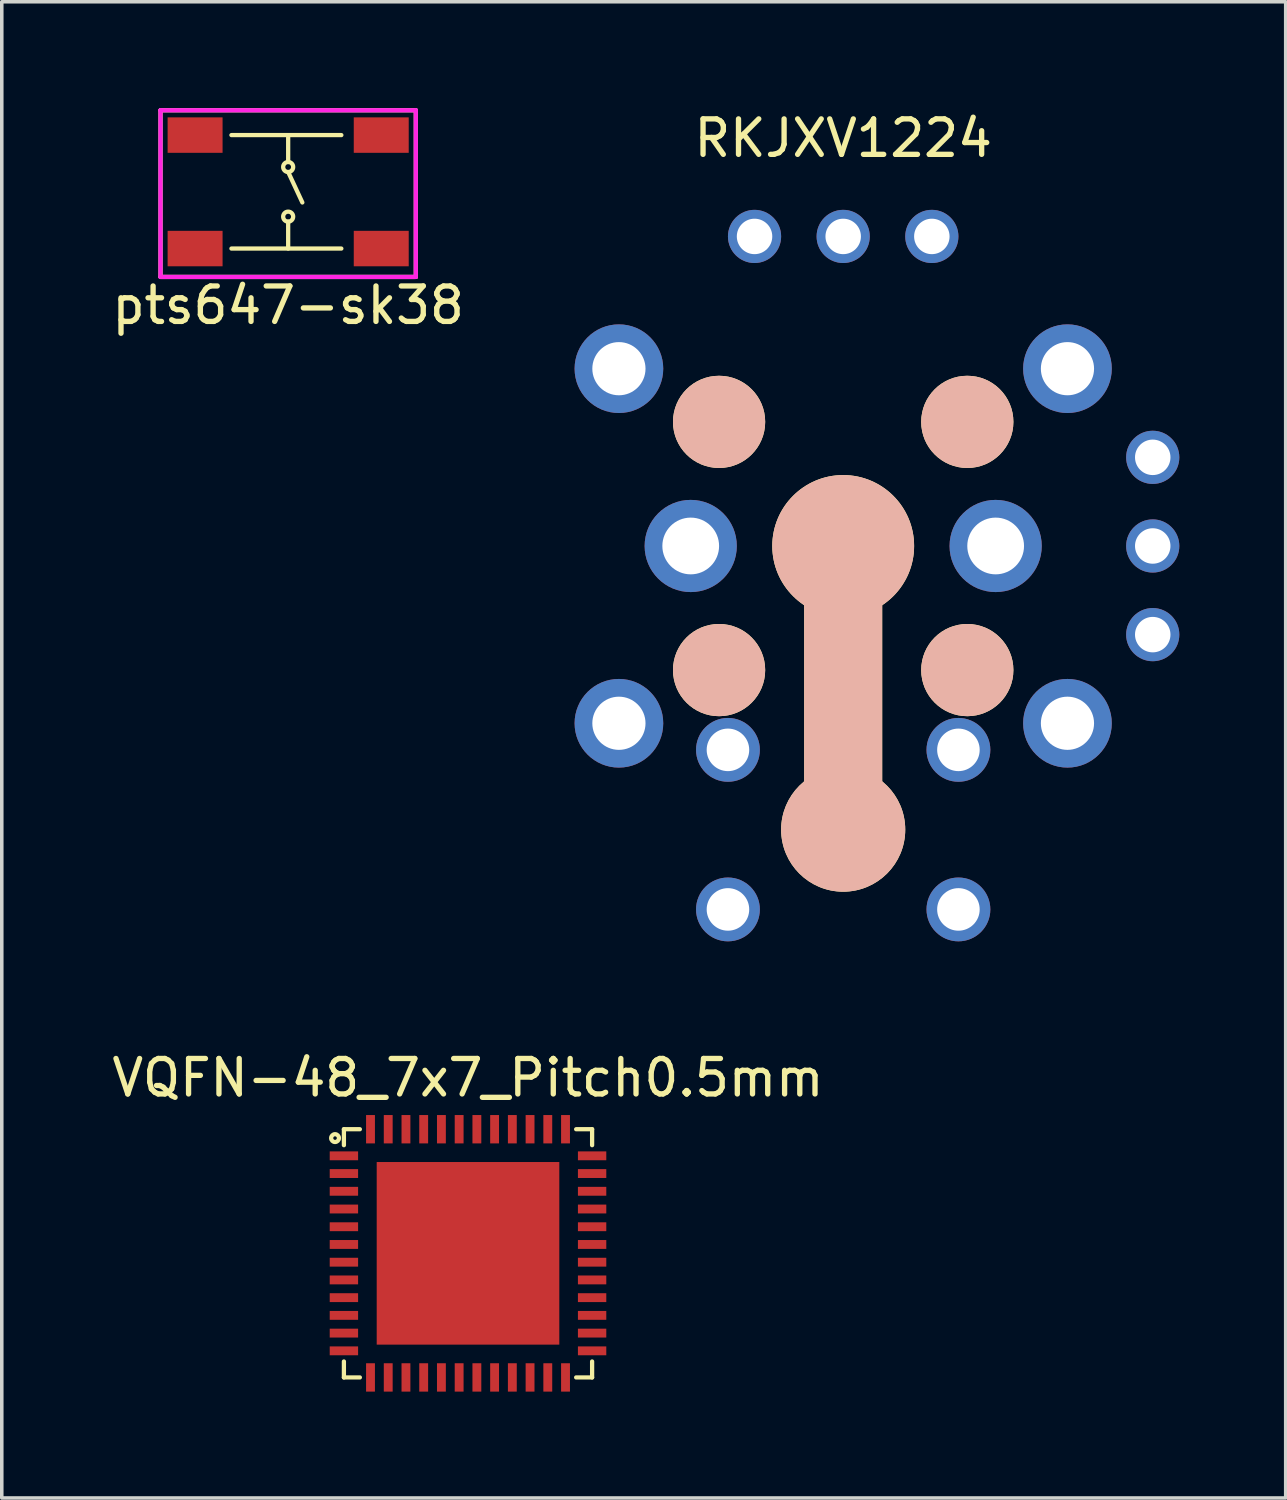
<source format=kicad_pcb>
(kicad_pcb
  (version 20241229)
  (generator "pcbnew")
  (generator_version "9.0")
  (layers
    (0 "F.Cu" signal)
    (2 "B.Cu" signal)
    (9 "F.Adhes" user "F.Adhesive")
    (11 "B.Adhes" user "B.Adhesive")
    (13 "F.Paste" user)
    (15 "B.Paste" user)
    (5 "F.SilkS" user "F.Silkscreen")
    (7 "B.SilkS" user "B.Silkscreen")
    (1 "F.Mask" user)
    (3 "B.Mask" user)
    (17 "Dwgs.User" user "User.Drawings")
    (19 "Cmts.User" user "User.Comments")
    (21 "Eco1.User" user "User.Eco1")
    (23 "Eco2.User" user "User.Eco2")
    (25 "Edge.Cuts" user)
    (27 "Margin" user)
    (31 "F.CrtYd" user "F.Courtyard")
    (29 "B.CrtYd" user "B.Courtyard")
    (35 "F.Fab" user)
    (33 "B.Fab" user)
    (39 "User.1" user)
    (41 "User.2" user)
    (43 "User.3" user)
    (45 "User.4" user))
  (footprint "pts647-sk38"
    (layer "F.Cu")
    (at 5.077 2.36)
    (property "Reference" "pts647-sk38" (at 0 3.2 0) (layer "F.SilkS") (effects (font (size 1 1) (thickness 0.15))))
    (attr smd)
    (fp_line (start -3.6 -2.3) (end -3.6 2.4) (stroke (width 0.12) (type solid)) (layer "F.SilkS"))
    (fp_line (start -3.6 2.4) (end 3.6 2.4) (stroke (width 0.12) (type solid)) (layer "F.SilkS"))
    (fp_line (start -1.6 -1.6) (end 1.5 -1.6) (stroke (width 0.12) (type solid)) (layer "F.SilkS"))
    (fp_line (start -1.6 1.6) (end 1.5 1.6) (stroke (width 0.12) (type solid)) (layer "F.SilkS"))
    (fp_line (start 0 -1.6) (end 0 -0.841) (stroke (width 0.12) (type solid)) (layer "F.SilkS"))
    (fp_line (start 0 -0.559) (end 0.4 0.3) (stroke (width 0.12) (type solid)) (layer "F.SilkS"))
    (fp_line (start 0 1.6) (end 0 0.841) (stroke (width 0.12) (type solid)) (layer "F.SilkS"))
    (fp_line (start 3.6 -2.3) (end -3.6 -2.3) (stroke (width 0.12) (type solid)) (layer "F.SilkS"))
    (fp_line (start 3.6 2.4) (end 3.6 -2.3) (stroke (width 0.12) (type solid)) (layer "F.SilkS"))
    (fp_circle (center 0 -0.7) (end 0.1 -0.8) (stroke (width 0.12) (type solid)) (fill no) (layer "F.SilkS"))
    (fp_circle (center 0 0.7) (end 0.1 0.8) (stroke (width 0.12) (type solid)) (fill no) (layer "F.SilkS"))
    (fp_line (start -3.6 -2.3) (end 3.6 -2.3) (stroke (width 0.12) (type solid)) (layer "F.CrtYd"))
    (fp_line (start -3.6 2.4) (end -3.6 -2.3) (stroke (width 0.12) (type solid)) (layer "F.CrtYd"))
    (fp_line (start 3.6 -2.3) (end 3.6 2.4) (stroke (width 0.12) (type solid)) (layer "F.CrtYd"))
    (fp_line (start 3.6 2.4) (end -3.6 2.4) (stroke (width 0.12) (type solid)) (layer "F.CrtYd"))
    (pad "1" smd rect (at -2.625 -1.6) (size 1.55 1) (layers "F.Cu" "F.Mask" "F.Paste"))
    (pad "2" smd rect (at 2.625 -1.6) (size 1.55 1) (layers "F.Cu" "F.Mask" "F.Paste"))
    (pad "3" smd rect (at -2.625 1.6) (size 1.55 1) (layers "F.Cu" "F.Mask" "F.Paste"))
    (pad "4" smd rect (at 2.625 1.6) (size 1.55 1) (layers "F.Cu" "F.Mask" "F.Paste")))
  (footprint "RKJXV1224"
    (layer "F.Cu")
    (at 20.73 12.348)
    (property "Reference" "RKJXV1224" (at 0 -11.5 0) (layer "F.SilkS") (effects (font (size 1 1) (thickness 0.15))))
    (attr through_hole)
    (pad "" thru_hole circle (at -6.325 -5) (size 2.5 2.5) (drill 1.5) (layers "*.Cu" "*.Mask"))
    (pad "" thru_hole circle (at -6.325 5) (size 2.5 2.5) (drill 1.5) (layers "*.Cu" "*.Mask"))
    (pad "" thru_hole circle (at -4.3 0) (size 2.6 2.6) (drill 1.6) (layers "*.Cu" "*.Mask"))
    (pad "" smd circle (at -3.5 -3.5) (size 2.6 2.6) (layers "*.SilkS"))
    (pad "" smd circle (at -3.5 3.5) (size 2.6 2.6) (layers "*.SilkS"))
    (pad "" smd circle (at 0 0) (size 4 4) (layers "*.SilkS"))
    (pad "" smd rect (at 0 4) (size 2.2 8) (layers "*.SilkS"))
    (pad "" smd circle (at 0 8) (size 3.5 3.5) (layers "*.SilkS"))
    (pad "" smd circle (at 3.5 -3.5) (size 2.6 2.6) (layers "*.SilkS"))
    (pad "" smd circle (at 3.5 3.5) (size 2.6 2.6) (layers "*.SilkS"))
    (pad "" thru_hole circle (at 4.3 0) (size 2.6 2.6) (drill 1.6) (layers "*.Cu" "*.Mask"))
    (pad "" thru_hole circle (at 6.325 -5) (size 2.5 2.5) (drill 1.5) (layers "*.Cu" "*.Mask"))
    (pad "" thru_hole circle (at 6.325 5) (size 2.5 2.5) (drill 1.5) (layers "*.Cu" "*.Mask"))
    (pad "1" thru_hole circle (at 8.73 2.5) (size 1.5 1.5) (drill 1) (layers "*.Cu" "*.Mask"))
    (pad "2" thru_hole circle (at 8.73 0) (size 1.5 1.5) (drill 1) (layers "*.Cu" "*.Mask"))
    (pad "3" thru_hole circle (at 8.73 -2.5) (size 1.5 1.5) (drill 1) (layers "*.Cu" "*.Mask"))
    (pad "4" thru_hole circle (at 2.5 -8.73) (size 1.5 1.5) (drill 1) (layers "*.Cu" "*.Mask"))
    (pad "5" thru_hole circle (at 0 -8.73) (size 1.5 1.5) (drill 1) (layers "*.Cu" "*.Mask"))
    (pad "6" thru_hole circle (at -2.5 -8.73) (size 1.5 1.5) (drill 1) (layers "*.Cu" "*.Mask"))
    (pad "7" thru_hole circle (at -3.25 5.75) (size 1.8 1.8) (drill 1.2) (layers "*.Cu" "*.Mask"))
    (pad "7" thru_hole circle (at 3.25 5.75) (size 1.8 1.8) (drill 1.2) (layers "*.Cu" "*.Mask"))
    (pad "8" thru_hole circle (at -3.25 10.25) (size 1.8 1.8) (drill 1.2) (layers "*.Cu" "*.Mask"))
    (pad "8" thru_hole circle (at 3.25 10.25) (size 1.8 1.8) (drill 1.2) (layers "*.Cu" "*.Mask")))
  (footprint "VQFN-48_7x7_Pitch0.5mm"
    (layer "F.Cu")
    (at 10.149 32.297)
    (property "Reference" "VQFN-48_7x7_Pitch0.5mm" (at 0 -4.95 0) (layer "F.SilkS") (effects (font (size 1 1) (thickness 0.15))))
    (attr smd)
    (fp_line (start -3.5 -3.5) (end -3.05 -3.5) (stroke (width 0.12) (type solid)) (layer "F.SilkS"))
    (fp_line (start -3.5 -3.05) (end -3.5 -3.5) (stroke (width 0.12) (type solid)) (layer "F.SilkS"))
    (fp_line (start -3.5 3.05) (end -3.5 3.5) (stroke (width 0.12) (type solid)) (layer "F.SilkS"))
    (fp_line (start -3.5 3.5) (end -3.05 3.5) (stroke (width 0.12) (type solid)) (layer "F.SilkS"))
    (fp_line (start 3.5 -3.5) (end 3.05 -3.5) (stroke (width 0.12) (type solid)) (layer "F.SilkS"))
    (fp_line (start 3.5 -3.05) (end 3.5 -3.5) (stroke (width 0.12) (type solid)) (layer "F.SilkS"))
    (fp_line (start 3.5 3.05) (end 3.5 3.5) (stroke (width 0.12) (type solid)) (layer "F.SilkS"))
    (fp_line (start 3.5 3.5) (end 3.05 3.5) (stroke (width 0.12) (type solid)) (layer "F.SilkS"))
    (fp_circle (center -3.75 -3.25) (end -3.8 -3.25) (stroke (width 0.12) (type solid)) (fill no) (layer "F.SilkS"))
    (pad "1" smd rect (at -3.5 -2.75) (size 0.8 0.25) (layers "F.Cu" "F.Mask" "F.Paste"))
    (pad "2" smd rect (at -3.5 -2.25) (size 0.8 0.25) (layers "F.Cu" "F.Mask" "F.Paste"))
    (pad "3" smd rect (at -3.5 -1.75) (size 0.8 0.25) (layers "F.Cu" "F.Mask" "F.Paste"))
    (pad "4" smd rect (at -3.5 -1.25) (size 0.8 0.25) (layers "F.Cu" "F.Mask" "F.Paste"))
    (pad "5" smd rect (at -3.5 -0.75) (size 0.8 0.25) (layers "F.Cu" "F.Mask" "F.Paste"))
    (pad "6" smd rect (at -3.5 -0.25) (size 0.8 0.25) (layers "F.Cu" "F.Mask" "F.Paste"))
    (pad "7" smd rect (at -3.5 0.25) (size 0.8 0.25) (layers "F.Cu" "F.Mask" "F.Paste"))
    (pad "8" smd rect (at -3.5 0.75) (size 0.8 0.25) (layers "F.Cu" "F.Mask" "F.Paste"))
    (pad "9" smd rect (at -3.5 1.25) (size 0.8 0.25) (layers "F.Cu" "F.Mask" "F.Paste"))
    (pad "10" smd rect (at -3.5 1.75) (size 0.8 0.25) (layers "F.Cu" "F.Mask" "F.Paste"))
    (pad "11" smd rect (at -3.5 2.25) (size 0.8 0.25) (layers "F.Cu" "F.Mask" "F.Paste"))
    (pad "12" smd rect (at -3.5 2.75) (size 0.8 0.25) (layers "F.Cu" "F.Mask" "F.Paste"))
    (pad "13" smd rect (at -2.75 3.5 90) (size 0.8 0.25) (layers "F.Cu" "F.Mask" "F.Paste"))
    (pad "14" smd rect (at -2.25 3.5 90) (size 0.8 0.25) (layers "F.Cu" "F.Mask" "F.Paste"))
    (pad "15" smd rect (at -1.75 3.5 90) (size 0.8 0.25) (layers "F.Cu" "F.Mask" "F.Paste"))
    (pad "16" smd rect (at -1.25 3.5 90) (size 0.8 0.25) (layers "F.Cu" "F.Mask" "F.Paste"))
    (pad "17" smd rect (at -0.75 3.5 90) (size 0.8 0.25) (layers "F.Cu" "F.Mask" "F.Paste"))
    (pad "18" smd rect (at -0.25 3.5 90) (size 0.8 0.25) (layers "F.Cu" "F.Mask" "F.Paste"))
    (pad "19" smd rect (at 0.25 3.5 90) (size 0.8 0.25) (layers "F.Cu" "F.Mask" "F.Paste"))
    (pad "20" smd rect (at 0.75 3.5 90) (size 0.8 0.25) (layers "F.Cu" "F.Mask" "F.Paste"))
    (pad "21" smd rect (at 1.25 3.5 90) (size 0.8 0.25) (layers "F.Cu" "F.Mask" "F.Paste"))
    (pad "22" smd rect (at 1.75 3.5 90) (size 0.8 0.25) (layers "F.Cu" "F.Mask" "F.Paste"))
    (pad "23" smd rect (at 2.25 3.5 90) (size 0.8 0.25) (layers "F.Cu" "F.Mask" "F.Paste"))
    (pad "24" smd rect (at 2.75 3.5 90) (size 0.8 0.25) (layers "F.Cu" "F.Mask" "F.Paste"))
    (pad "25" smd rect (at 3.5 2.75 180) (size 0.8 0.25) (layers "F.Cu" "F.Mask" "F.Paste"))
    (pad "26" smd rect (at 3.5 2.25 180) (size 0.8 0.25) (layers "F.Cu" "F.Mask" "F.Paste"))
    (pad "27" smd rect (at 3.5 1.75 180) (size 0.8 0.25) (layers "F.Cu" "F.Mask" "F.Paste"))
    (pad "28" smd rect (at 3.5 1.25 180) (size 0.8 0.25) (layers "F.Cu" "F.Mask" "F.Paste"))
    (pad "29" smd rect (at 3.5 0.75 180) (size 0.8 0.25) (layers "F.Cu" "F.Mask" "F.Paste"))
    (pad "30" smd rect (at 3.5 0.25 180) (size 0.8 0.25) (layers "F.Cu" "F.Mask" "F.Paste"))
    (pad "31" smd rect (at 3.5 -0.25 180) (size 0.8 0.25) (layers "F.Cu" "F.Mask" "F.Paste"))
    (pad "32" smd rect (at 3.5 -0.75 180) (size 0.8 0.25) (layers "F.Cu" "F.Mask" "F.Paste"))
    (pad "33" smd rect (at 3.5 -1.25 180) (size 0.8 0.25) (layers "F.Cu" "F.Mask" "F.Paste"))
    (pad "34" smd rect (at 3.5 -1.75 180) (size 0.8 0.25) (layers "F.Cu" "F.Mask" "F.Paste"))
    (pad "35" smd rect (at 3.5 -2.25 180) (size 0.8 0.25) (layers "F.Cu" "F.Mask" "F.Paste"))
    (pad "36" smd rect (at 3.5 -2.75 180) (size 0.8 0.25) (layers "F.Cu" "F.Mask" "F.Paste"))
    (pad "37" smd rect (at 2.75 -3.5 270) (size 0.8 0.25) (layers "F.Cu" "F.Mask" "F.Paste"))
    (pad "38" smd rect (at 2.25 -3.5 270) (size 0.8 0.25) (layers "F.Cu" "F.Mask" "F.Paste"))
    (pad "39" smd rect (at 1.75 -3.5 270) (size 0.8 0.25) (layers "F.Cu" "F.Mask" "F.Paste"))
    (pad "40" smd rect (at 1.25 -3.5 270) (size 0.8 0.25) (layers "F.Cu" "F.Mask" "F.Paste"))
    (pad "41" smd rect (at 0.75 -3.5 270) (size 0.8 0.25) (layers "F.Cu" "F.Mask" "F.Paste"))
    (pad "42" smd rect (at 0.25 -3.5 270) (size 0.8 0.25) (layers "F.Cu" "F.Mask" "F.Paste"))
    (pad "43" smd rect (at -0.25 -3.5 270) (size 0.8 0.25) (layers "F.Cu" "F.Mask" "F.Paste"))
    (pad "44" smd rect (at -0.75 -3.5 270) (size 0.8 0.25) (layers "F.Cu" "F.Mask" "F.Paste"))
    (pad "45" smd rect (at -1.25 -3.5 270) (size 0.8 0.25) (layers "F.Cu" "F.Mask" "F.Paste"))
    (pad "46" smd rect (at -1.75 -3.5 270) (size 0.8 0.25) (layers "F.Cu" "F.Mask" "F.Paste"))
    (pad "47" smd rect (at -2.25 -3.5 270) (size 0.8 0.25) (layers "F.Cu" "F.Mask" "F.Paste"))
    (pad "48" smd rect (at -2.75 -3.5 270) (size 0.8 0.25) (layers "F.Cu" "F.Mask" "F.Paste"))
    (pad "49" smd rect (at 0 0) (size 5.15 5.15) (layers "F.Cu" "F.Mask" "F.Paste")))
  (gr_rect
    (start -3 -3)
    (end 33.21 39.197)
    (stroke (width 0.1) (type default))
    (fill no)
    (layer "Edge.Cuts")))
</source>
